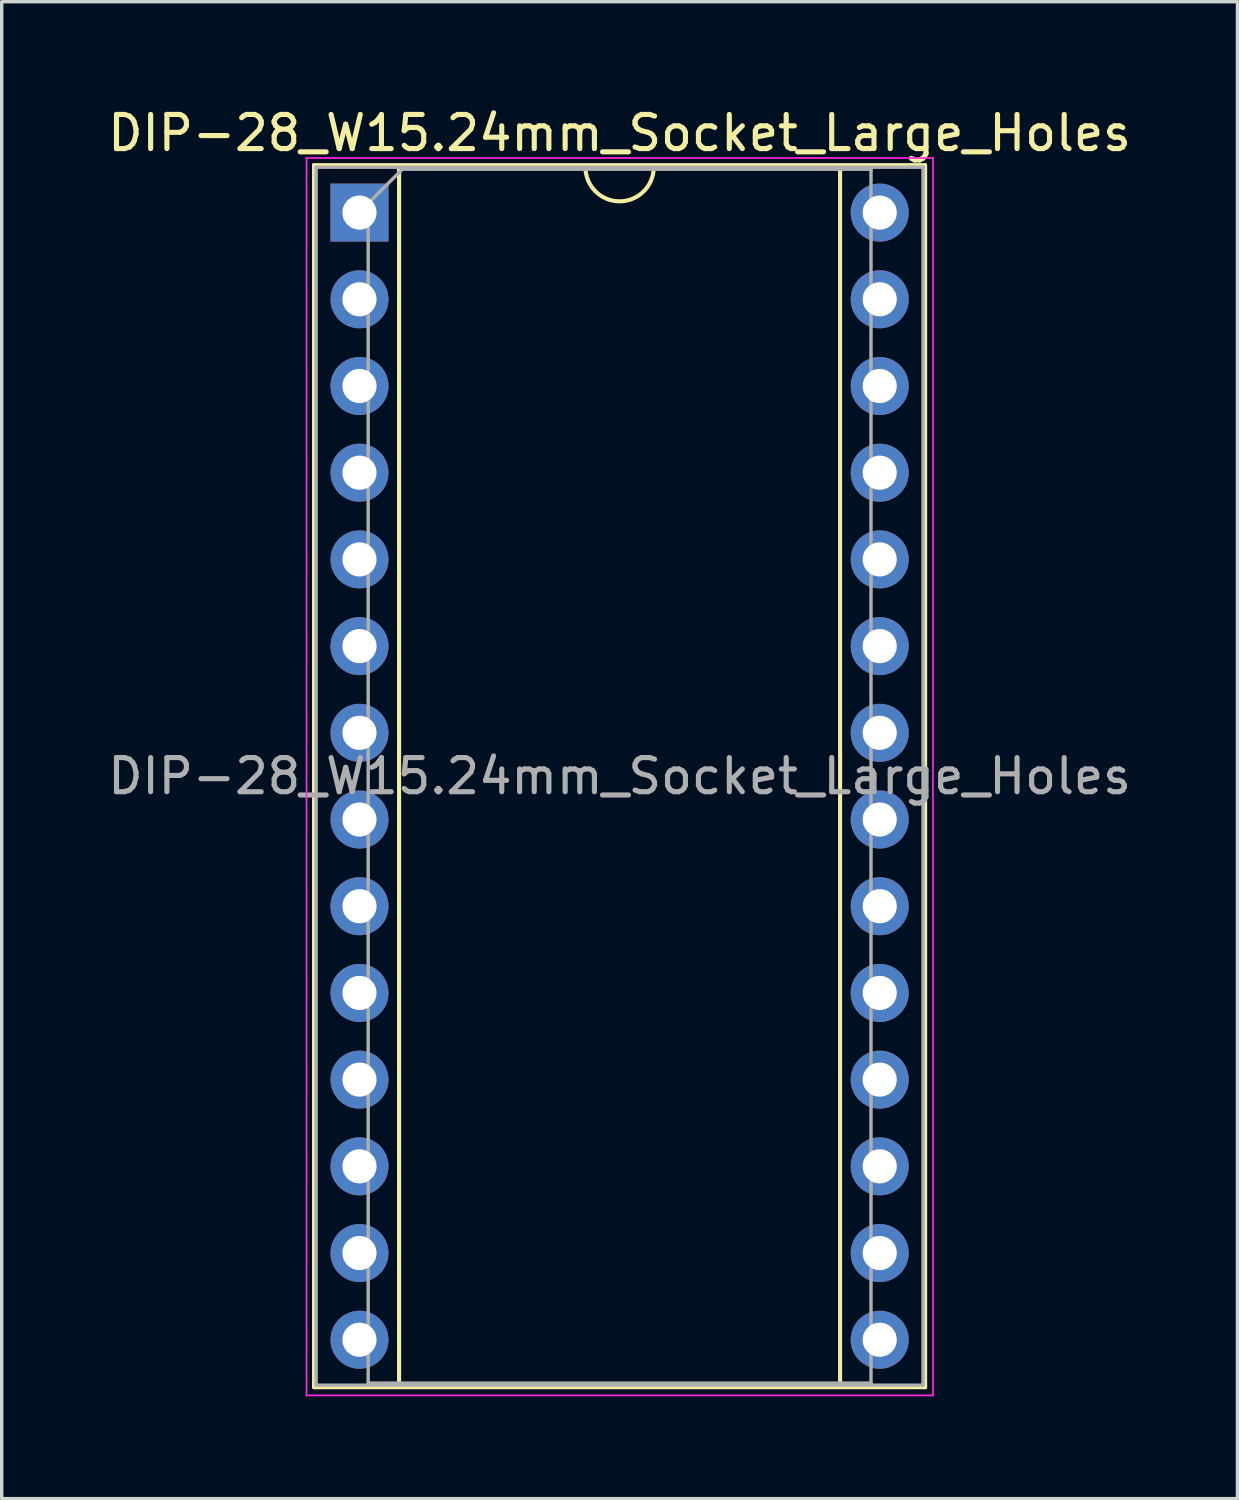
<source format=kicad_pcb>
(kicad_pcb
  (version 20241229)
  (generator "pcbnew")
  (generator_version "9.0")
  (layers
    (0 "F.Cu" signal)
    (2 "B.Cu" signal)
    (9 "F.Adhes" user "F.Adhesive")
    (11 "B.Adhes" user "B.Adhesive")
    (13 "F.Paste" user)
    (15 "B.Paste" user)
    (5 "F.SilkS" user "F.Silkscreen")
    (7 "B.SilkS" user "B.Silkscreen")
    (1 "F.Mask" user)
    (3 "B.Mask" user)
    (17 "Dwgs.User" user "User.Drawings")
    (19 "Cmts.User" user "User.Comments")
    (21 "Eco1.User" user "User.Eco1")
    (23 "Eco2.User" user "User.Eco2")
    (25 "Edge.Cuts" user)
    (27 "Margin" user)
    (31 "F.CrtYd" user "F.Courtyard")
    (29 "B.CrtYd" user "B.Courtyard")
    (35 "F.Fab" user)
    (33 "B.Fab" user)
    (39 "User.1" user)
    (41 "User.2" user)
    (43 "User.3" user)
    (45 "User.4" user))
  (footprint "DIP-28_W15.24mm_Socket_Large_Holes"
    (layer "F.Cu")
    (at 7.481 3.178)
    (property "Reference" "DIP-28_W15.24mm_Socket_Large_Holes" (at 7.62 -2.33 0) (layer "F.SilkS") (effects (font (size 1 1) (thickness 0.15))))
    (attr through_hole)
    (fp_line (start -1.33 -1.39) (end -1.33 34.41) (stroke (width 0.12) (type solid)) (layer "F.SilkS"))
    (fp_line (start -1.33 34.41) (end 16.57 34.41) (stroke (width 0.12) (type solid)) (layer "F.SilkS"))
    (fp_line (start 1.16 -1.33) (end 1.16 34.35) (stroke (width 0.12) (type solid)) (layer "F.SilkS"))
    (fp_line (start 1.16 34.35) (end 14.08 34.35) (stroke (width 0.12) (type solid)) (layer "F.SilkS"))
    (fp_line (start 6.62 -1.33) (end 1.16 -1.33) (stroke (width 0.12) (type solid)) (layer "F.SilkS"))
    (fp_line (start 14.08 -1.33) (end 8.62 -1.33) (stroke (width 0.12) (type solid)) (layer "F.SilkS"))
    (fp_line (start 14.08 34.35) (end 14.08 -1.33) (stroke (width 0.12) (type solid)) (layer "F.SilkS"))
    (fp_line (start 16.57 -1.39) (end -1.33 -1.39) (stroke (width 0.12) (type solid)) (layer "F.SilkS"))
    (fp_line (start 16.57 34.41) (end 16.57 -1.39) (stroke (width 0.12) (type solid)) (layer "F.SilkS"))
    (fp_arc (start 8.62 -1.33) (mid 7.62 -0.33) (end 6.62 -1.33) (stroke (width 0.12) (type solid)) (layer "F.SilkS"))
    (fp_line (start -1.55 -1.6) (end -1.55 34.65) (stroke (width 0.05) (type solid)) (layer "F.CrtYd"))
    (fp_line (start -1.55 34.65) (end 16.8 34.65) (stroke (width 0.05) (type solid)) (layer "F.CrtYd"))
    (fp_line (start 16.8 -1.6) (end -1.55 -1.6) (stroke (width 0.05) (type solid)) (layer "F.CrtYd"))
    (fp_line (start 16.8 34.65) (end 16.8 -1.6) (stroke (width 0.05) (type solid)) (layer "F.CrtYd"))
    (fp_line (start -1.27 -1.33) (end -1.27 34.35) (stroke (width 0.1) (type solid)) (layer "F.Fab"))
    (fp_line (start -1.27 34.35) (end 16.51 34.35) (stroke (width 0.1) (type solid)) (layer "F.Fab"))
    (fp_line (start 0.255 -0.27) (end 1.255 -1.27) (stroke (width 0.1) (type solid)) (layer "F.Fab"))
    (fp_line (start 0.255 34.29) (end 0.255 -0.27) (stroke (width 0.1) (type solid)) (layer "F.Fab"))
    (fp_line (start 1.255 -1.27) (end 14.985 -1.27) (stroke (width 0.1) (type solid)) (layer "F.Fab"))
    (fp_line (start 14.985 -1.27) (end 14.985 34.29) (stroke (width 0.1) (type solid)) (layer "F.Fab"))
    (fp_line (start 14.985 34.29) (end 0.255 34.29) (stroke (width 0.1) (type solid)) (layer "F.Fab"))
    (fp_line (start 16.51 -1.33) (end -1.27 -1.33) (stroke (width 0.1) (type solid)) (layer "F.Fab"))
    (fp_line (start 16.51 34.35) (end 16.51 -1.33) (stroke (width 0.1) (type solid)) (layer "F.Fab"))
    (fp_text user "${REFERENCE}" (at 7.62 16.51 0) (layer "F.Fab") (effects (font (size 1 1) (thickness 0.15))))
    (pad "1" thru_hole rect (at 0 0) (size 1.7 1.7) (drill 1) (layers "*.Cu" "*.Mask"))
    (pad "2" thru_hole oval (at 0 2.54) (size 1.7 1.7) (drill 1) (layers "*.Cu" "*.Mask"))
    (pad "3" thru_hole oval (at 0 5.08) (size 1.7 1.7) (drill 1) (layers "*.Cu" "*.Mask"))
    (pad "4" thru_hole oval (at 0 7.62) (size 1.7 1.7) (drill 1) (layers "*.Cu" "*.Mask"))
    (pad "5" thru_hole oval (at 0 10.16) (size 1.7 1.7) (drill 1) (layers "*.Cu" "*.Mask"))
    (pad "6" thru_hole oval (at 0 12.7) (size 1.7 1.7) (drill 1) (layers "*.Cu" "*.Mask"))
    (pad "7" thru_hole oval (at 0 15.24) (size 1.7 1.7) (drill 1) (layers "*.Cu" "*.Mask"))
    (pad "8" thru_hole oval (at 0 17.78) (size 1.7 1.7) (drill 1) (layers "*.Cu" "*.Mask"))
    (pad "9" thru_hole oval (at 0 20.32) (size 1.7 1.7) (drill 1) (layers "*.Cu" "*.Mask"))
    (pad "10" thru_hole oval (at 0 22.86) (size 1.7 1.7) (drill 1) (layers "*.Cu" "*.Mask"))
    (pad "11" thru_hole oval (at 0 25.4) (size 1.7 1.7) (drill 1) (layers "*.Cu" "*.Mask"))
    (pad "12" thru_hole oval (at 0 27.94) (size 1.7 1.7) (drill 1) (layers "*.Cu" "*.Mask"))
    (pad "13" thru_hole oval (at 0 30.48) (size 1.7 1.7) (drill 1) (layers "*.Cu" "*.Mask"))
    (pad "14" thru_hole oval (at 0 33.02) (size 1.7 1.7) (drill 1) (layers "*.Cu" "*.Mask"))
    (pad "15" thru_hole oval (at 15.24 33.02) (size 1.7 1.7) (drill 1) (layers "*.Cu" "*.Mask"))
    (pad "16" thru_hole oval (at 15.24 30.48) (size 1.7 1.7) (drill 1) (layers "*.Cu" "*.Mask"))
    (pad "17" thru_hole oval (at 15.24 27.94) (size 1.7 1.7) (drill 1) (layers "*.Cu" "*.Mask"))
    (pad "18" thru_hole oval (at 15.24 25.4) (size 1.7 1.7) (drill 1) (layers "*.Cu" "*.Mask"))
    (pad "19" thru_hole oval (at 15.24 22.86) (size 1.7 1.7) (drill 1) (layers "*.Cu" "*.Mask"))
    (pad "20" thru_hole oval (at 15.24 20.32) (size 1.7 1.7) (drill 1) (layers "*.Cu" "*.Mask"))
    (pad "21" thru_hole oval (at 15.24 17.78) (size 1.7 1.7) (drill 1) (layers "*.Cu" "*.Mask"))
    (pad "22" thru_hole oval (at 15.24 15.24) (size 1.7 1.7) (drill 1) (layers "*.Cu" "*.Mask"))
    (pad "23" thru_hole oval (at 15.24 12.7) (size 1.7 1.7) (drill 1) (layers "*.Cu" "*.Mask"))
    (pad "24" thru_hole oval (at 15.24 10.16) (size 1.7 1.7) (drill 1) (layers "*.Cu" "*.Mask"))
    (pad "25" thru_hole oval (at 15.24 7.62) (size 1.7 1.7) (drill 1) (layers "*.Cu" "*.Mask"))
    (pad "26" thru_hole oval (at 15.24 5.08) (size 1.7 1.7) (drill 1) (layers "*.Cu" "*.Mask"))
    (pad "27" thru_hole oval (at 15.24 2.54) (size 1.7 1.7) (drill 1) (layers "*.Cu" "*.Mask"))
    (pad "28" thru_hole oval (at 15.24 0) (size 1.7 1.7) (drill 1) (layers "*.Cu" "*.Mask")))
  (gr_rect
    (start -3 -3)
    (end 33.202 40.853)
    (stroke (width 0.1) (type default))
    (fill no)
    (layer "Edge.Cuts")))
</source>
